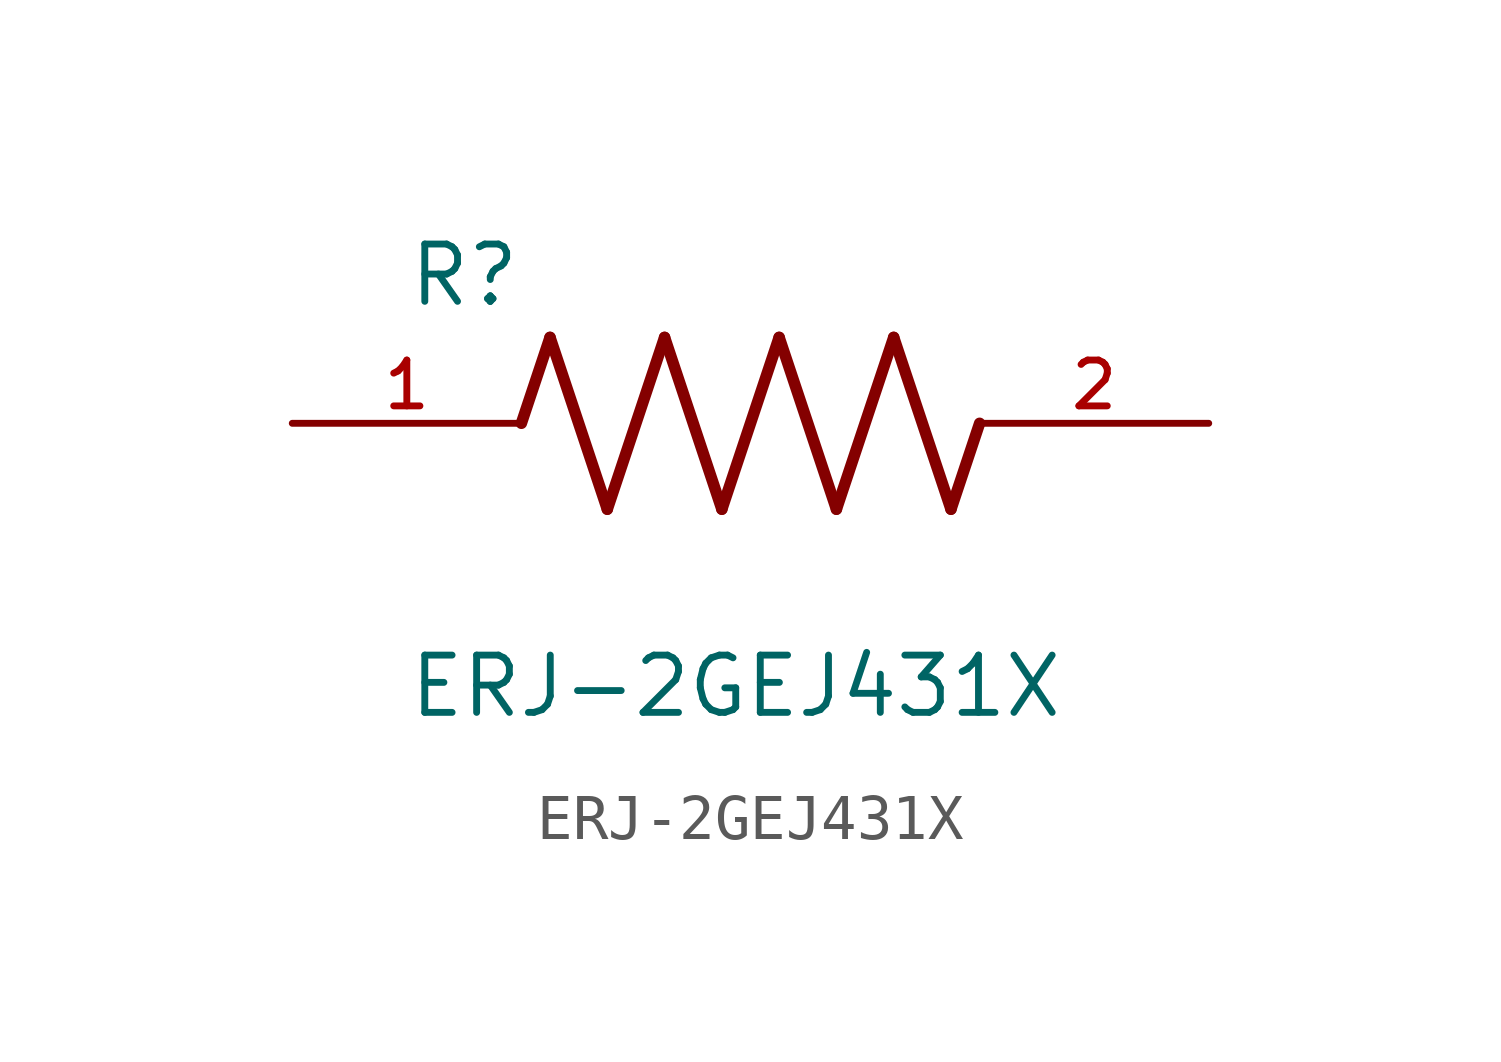
<source format=kicad_sym>
(kicad_symbol_lib
  (version 20211014)
  (generator kicad_symbol_editor)
  (symbol "ERJ-2GEJ431X"
    (pin_names
      (offset 1.016))
    (property "Reference" "R"
      (at -7.624 2.541 0)
      (effects (font (size 1.27 1.27)) (justify bottom left)))
    (property "Value" "ERJ-2GEJ431X"
      (at -7.624 -5.087 0)
      (effects (font (size 1.27 1.27)) (justify top left)))
    (symbol "ERJ-2GEJ431X_0_0"
      (polyline (pts (xy -5.08 0.0) (xy -4.445 1.905)) (stroke (width 0.254)))
      (polyline (pts (xy -4.445 1.905) (xy -3.175 -1.905)) (stroke (width 0.254)))
      (polyline (pts (xy -3.175 -1.905) (xy -1.905 1.905)) (stroke (width 0.254)))
      (polyline (pts (xy -1.905 1.905) (xy -0.635 -1.905)) (stroke (width 0.254)))
      (polyline (pts (xy -0.635 -1.905) (xy 0.635 1.905)) (stroke (width 0.254)))
      (polyline (pts (xy 0.635 1.905) (xy 1.905 -1.905)) (stroke (width 0.254)))
      (polyline (pts (xy 1.905 -1.905) (xy 3.175 1.905)) (stroke (width 0.254)))
      (polyline (pts (xy 3.175 1.905) (xy 4.445 -1.905)) (stroke (width 0.254)))
      (polyline (pts (xy 4.445 -1.905) (xy 5.08 0.0)) (stroke (width 0.254)))
      (pin passive line (at -10.16 0.0 0) (length 5.08) (name "~" (effects (font (size 1.016 1.016)))) (number "1" (effects (font (size 1.016 1.016)))))
      (pin passive line (at 10.16 0.0 180.0) (length 5.08) (name "~" (effects (font (size 1.016 1.016)))) (number "2" (effects (font (size 1.016 1.016))))))))
</source>
